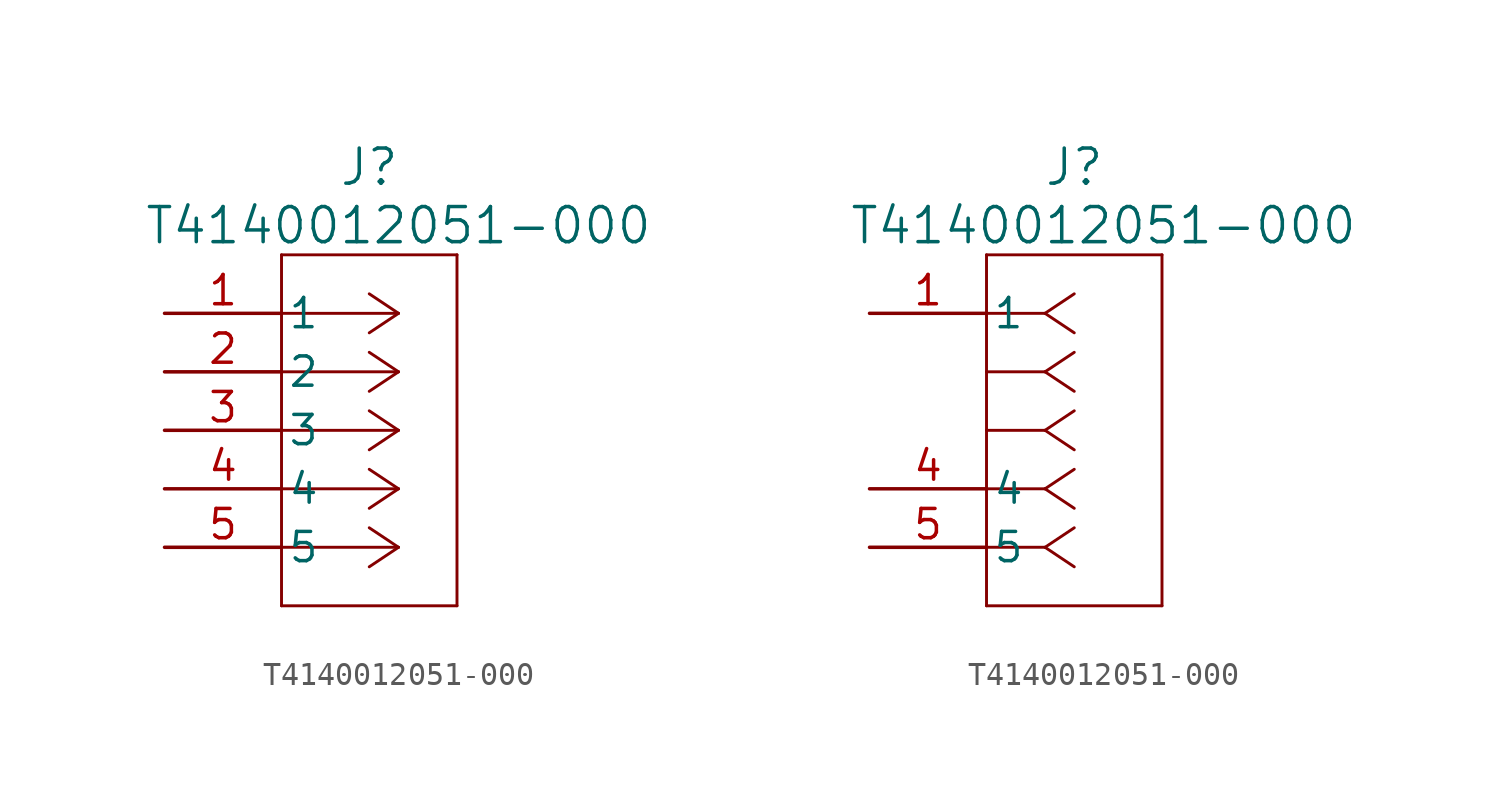
<source format=kicad_sym>
(kicad_symbol_lib
  (version 20211014)
  (generator kicad_symbol_editor)
  (symbol "T4140012051-000"
    (pin_names
      (offset 0.254))
    (property "Reference" "J"
      (at 8.89 6.35 0)
      (effects (font (size 1.524 1.524))))
    (property "Value" "T4140012051-000"
      (at 10.16 3.81 0)
      (effects (font (size 1.524 1.524))))
    (property "ki_locked" ""
      (at 0 0 0)
      (effects (font (size 1.27 1.27))))
    (symbol "T4140012051-000_1_1"
      (polyline (pts (xy 5.08 -12.7) (xy 12.7 -12.7)) (stroke (width 0.127) (type default) (color 0 0 0 0)) (fill (type none)))
      (polyline (pts (xy 5.08 2.54) (xy 5.08 -12.7)) (stroke (width 0.127) (type default) (color 0 0 0 0)) (fill (type none)))
      (polyline (pts (xy 10.16 -10.16) (xy 5.08 -10.16)) (stroke (width 0.127) (type default) (color 0 0 0 0)) (fill (type none)))
      (polyline (pts (xy 10.16 -10.16) (xy 8.89 -11.007)) (stroke (width 0.127) (type default) (color 0 0 0 0)) (fill (type none)))
      (polyline (pts (xy 10.16 -10.16) (xy 8.89 -9.313)) (stroke (width 0.127) (type default) (color 0 0 0 0)) (fill (type none)))
      (polyline (pts (xy 10.16 -7.62) (xy 5.08 -7.62)) (stroke (width 0.127) (type default) (color 0 0 0 0)) (fill (type none)))
      (polyline (pts (xy 10.16 -7.62) (xy 8.89 -8.467)) (stroke (width 0.127) (type default) (color 0 0 0 0)) (fill (type none)))
      (polyline (pts (xy 10.16 -7.62) (xy 8.89 -6.773)) (stroke (width 0.127) (type default) (color 0 0 0 0)) (fill (type none)))
      (polyline (pts (xy 10.16 -5.08) (xy 5.08 -5.08)) (stroke (width 0.127) (type default) (color 0 0 0 0)) (fill (type none)))
      (polyline (pts (xy 10.16 -5.08) (xy 8.89 -5.927)) (stroke (width 0.127) (type default) (color 0 0 0 0)) (fill (type none)))
      (polyline (pts (xy 10.16 -5.08) (xy 8.89 -4.233)) (stroke (width 0.127) (type default) (color 0 0 0 0)) (fill (type none)))
      (polyline (pts (xy 10.16 -2.54) (xy 5.08 -2.54)) (stroke (width 0.127) (type default) (color 0 0 0 0)) (fill (type none)))
      (polyline (pts (xy 10.16 -2.54) (xy 8.89 -3.387)) (stroke (width 0.127) (type default) (color 0 0 0 0)) (fill (type none)))
      (polyline (pts (xy 10.16 -2.54) (xy 8.89 -1.693)) (stroke (width 0.127) (type default) (color 0 0 0 0)) (fill (type none)))
      (polyline (pts (xy 10.16 0) (xy 5.08 0)) (stroke (width 0.127) (type default) (color 0 0 0 0)) (fill (type none)))
      (polyline (pts (xy 10.16 0) (xy 8.89 -0.847)) (stroke (width 0.127) (type default) (color 0 0 0 0)) (fill (type none)))
      (polyline (pts (xy 10.16 0) (xy 8.89 0.847)) (stroke (width 0.127) (type default) (color 0 0 0 0)) (fill (type none)))
      (polyline (pts (xy 12.7 -12.7) (xy 12.7 2.54)) (stroke (width 0.127) (type default) (color 0 0 0 0)) (fill (type none)))
      (polyline (pts (xy 12.7 2.54) (xy 5.08 2.54)) (stroke (width 0.127) (type default) (color 0 0 0 0)) (fill (type none)))
      (pin unspecified line (at 0 0 0) (length 5.08) (name "1" (effects (font (size 1.27 1.27)))) (number "1" (effects (font (size 1.27 1.27)))))
      (pin unspecified line (at 0 -2.54 0) (length 5.08) (name "2" (effects (font (size 1.27 1.27)))) (number "2" (effects (font (size 1.27 1.27)))))
      (pin unspecified line (at 0 -5.08 0) (length 5.08) (name "3" (effects (font (size 1.27 1.27)))) (number "3" (effects (font (size 1.27 1.27)))))
      (pin unspecified line (at 0 -7.62 0) (length 5.08) (name "4" (effects (font (size 1.27 1.27)))) (number "4" (effects (font (size 1.27 1.27)))))
      (pin unspecified line (at 0 -10.16 0) (length 5.08) (name "5" (effects (font (size 1.27 1.27)))) (number "5" (effects (font (size 1.27 1.27))))))
    (symbol "T4140012051-000_1_2"
      (polyline (pts (xy 5.08 -12.7) (xy 12.7 -12.7)) (stroke (width 0.127) (type default) (color 0 0 0 0)) (fill (type none)))
      (polyline (pts (xy 5.08 2.54) (xy 5.08 -12.7)) (stroke (width 0.127) (type default) (color 0 0 0 0)) (fill (type none)))
      (polyline (pts (xy 7.62 -10.16) (xy 5.08 -10.16)) (stroke (width 0.127) (type default) (color 0 0 0 0)) (fill (type none)))
      (polyline (pts (xy 7.62 -10.16) (xy 8.89 -11.007)) (stroke (width 0.127) (type default) (color 0 0 0 0)) (fill (type none)))
      (polyline (pts (xy 7.62 -10.16) (xy 8.89 -9.313)) (stroke (width 0.127) (type default) (color 0 0 0 0)) (fill (type none)))
      (polyline (pts (xy 7.62 -7.62) (xy 5.08 -7.62)) (stroke (width 0.127) (type default) (color 0 0 0 0)) (fill (type none)))
      (polyline (pts (xy 7.62 -7.62) (xy 8.89 -8.467)) (stroke (width 0.127) (type default) (color 0 0 0 0)) (fill (type none)))
      (polyline (pts (xy 7.62 -7.62) (xy 8.89 -6.773)) (stroke (width 0.127) (type default) (color 0 0 0 0)) (fill (type none)))
      (polyline (pts (xy 7.62 -5.08) (xy 5.08 -5.08)) (stroke (width 0.127) (type default) (color 0 0 0 0)) (fill (type none)))
      (polyline (pts (xy 7.62 -5.08) (xy 8.89 -5.927)) (stroke (width 0.127) (type default) (color 0 0 0 0)) (fill (type none)))
      (polyline (pts (xy 7.62 -5.08) (xy 8.89 -4.233)) (stroke (width 0.127) (type default) (color 0 0 0 0)) (fill (type none)))
      (polyline (pts (xy 7.62 -2.54) (xy 5.08 -2.54)) (stroke (width 0.127) (type default) (color 0 0 0 0)) (fill (type none)))
      (polyline (pts (xy 7.62 -2.54) (xy 8.89 -3.387)) (stroke (width 0.127) (type default) (color 0 0 0 0)) (fill (type none)))
      (polyline (pts (xy 7.62 -2.54) (xy 8.89 -1.693)) (stroke (width 0.127) (type default) (color 0 0 0 0)) (fill (type none)))
      (polyline (pts (xy 7.62 0) (xy 5.08 0)) (stroke (width 0.127) (type default) (color 0 0 0 0)) (fill (type none)))
      (polyline (pts (xy 7.62 0) (xy 8.89 -0.847)) (stroke (width 0.127) (type default) (color 0 0 0 0)) (fill (type none)))
      (polyline (pts (xy 7.62 0) (xy 8.89 0.847)) (stroke (width 0.127) (type default) (color 0 0 0 0)) (fill (type none)))
      (polyline (pts (xy 12.7 -12.7) (xy 12.7 2.54)) (stroke (width 0.127) (type default) (color 0 0 0 0)) (fill (type none)))
      (polyline (pts (xy 12.7 2.54) (xy 5.08 2.54)) (stroke (width 0.127) (type default) (color 0 0 0 0)) (fill (type none)))
      (pin unspecified line (at 0 0 0) (length 5.08) (name "1" (effects (font (size 1.27 1.27)))) (number "1" (effects (font (size 1.27 1.27)))))
      (pin unspecified line (at 0 -7.62 0) (length 5.08) (name "4" (effects (font (size 1.27 1.27)))) (number "4" (effects (font (size 1.27 1.27)))))
      (pin unspecified line (at 0 -10.16 0) (length 5.08) (name "5" (effects (font (size 1.27 1.27)))) (number "5" (effects (font (size 1.27 1.27))))))))
</source>
